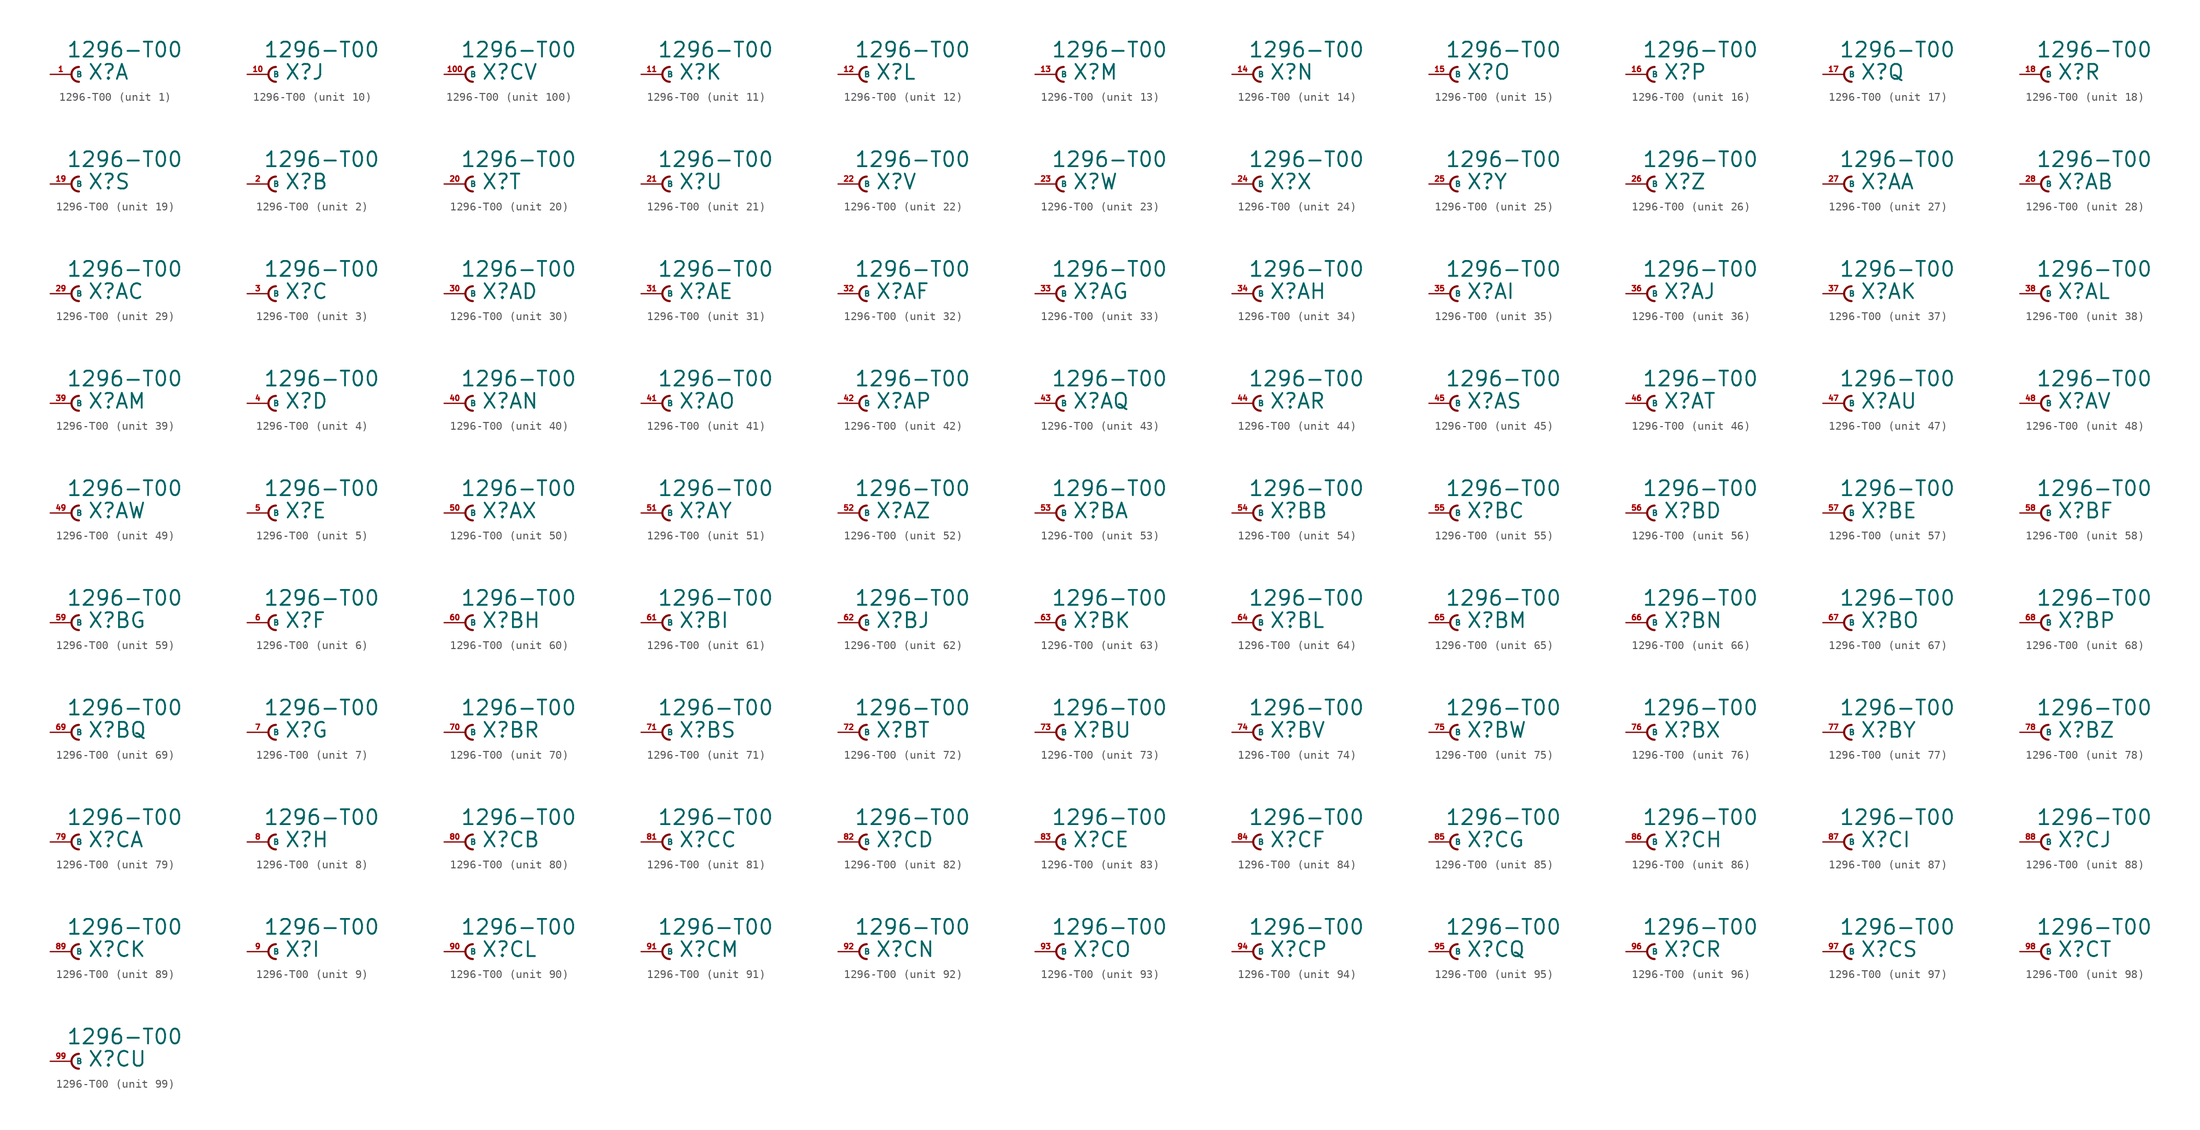
<source format=kicad_sym>
(kicad_symbol_lib
  (version 20220914)
  (generator Eagle2Kicad)
  (symbol "1296-T00"
    (property "Reference" "X"
      (at 1.905 -0.762 0)
      (effects (font (size 1.778 1.778) (thickness 0.22)) (justify left bottom)))
    (property "Value" "1296-T00"
      (at -0.635 1.905 0)
      (effects (font (size 1.778 1.778) (thickness 0.22)) (justify left bottom)))
    (symbol "1296-T00_1_0"
      (arc (start 0.889 0.889) (mid 0.000 0.000) (end 0.889 -0.889) (stroke (width 0.254) (type default)) (fill (type none)))
      (pin passive line (at -2.54 0 0) (length 2.54) (name "B" (effects (font (size 0.635 0.635) (thickness 0.08)) (justify left bottom))) (number "1" (effects (font (size 0.635 0.635) (thickness 0.08)) (justify left bottom)))))
    (symbol "1296-T00_2_0"
      (arc (start 0.889 0.889) (mid 0.000 0.000) (end 0.889 -0.889) (stroke (width 0.254) (type default)) (fill (type none)))
      (pin passive line (at -2.54 0 0) (length 2.54) (name "B" (effects (font (size 0.635 0.635) (thickness 0.08)) (justify left bottom))) (number "2" (effects (font (size 0.635 0.635) (thickness 0.08)) (justify left bottom)))))
    (symbol "1296-T00_3_0"
      (arc (start 0.889 0.889) (mid 0.000 0.000) (end 0.889 -0.889) (stroke (width 0.254) (type default)) (fill (type none)))
      (pin passive line (at -2.54 0 0) (length 2.54) (name "B" (effects (font (size 0.635 0.635) (thickness 0.08)) (justify left bottom))) (number "3" (effects (font (size 0.635 0.635) (thickness 0.08)) (justify left bottom)))))
    (symbol "1296-T00_4_0"
      (arc (start 0.889 0.889) (mid 0.000 0.000) (end 0.889 -0.889) (stroke (width 0.254) (type default)) (fill (type none)))
      (pin passive line (at -2.54 0 0) (length 2.54) (name "B" (effects (font (size 0.635 0.635) (thickness 0.08)) (justify left bottom))) (number "4" (effects (font (size 0.635 0.635) (thickness 0.08)) (justify left bottom)))))
    (symbol "1296-T00_5_0"
      (arc (start 0.889 0.889) (mid 0.000 0.000) (end 0.889 -0.889) (stroke (width 0.254) (type default)) (fill (type none)))
      (pin passive line (at -2.54 0 0) (length 2.54) (name "B" (effects (font (size 0.635 0.635) (thickness 0.08)) (justify left bottom))) (number "5" (effects (font (size 0.635 0.635) (thickness 0.08)) (justify left bottom)))))
    (symbol "1296-T00_6_0"
      (arc (start 0.889 0.889) (mid 0.000 0.000) (end 0.889 -0.889) (stroke (width 0.254) (type default)) (fill (type none)))
      (pin passive line (at -2.54 0 0) (length 2.54) (name "B" (effects (font (size 0.635 0.635) (thickness 0.08)) (justify left bottom))) (number "6" (effects (font (size 0.635 0.635) (thickness 0.08)) (justify left bottom)))))
    (symbol "1296-T00_7_0"
      (arc (start 0.889 0.889) (mid 0.000 0.000) (end 0.889 -0.889) (stroke (width 0.254) (type default)) (fill (type none)))
      (pin passive line (at -2.54 0 0) (length 2.54) (name "B" (effects (font (size 0.635 0.635) (thickness 0.08)) (justify left bottom))) (number "7" (effects (font (size 0.635 0.635) (thickness 0.08)) (justify left bottom)))))
    (symbol "1296-T00_8_0"
      (arc (start 0.889 0.889) (mid 0.000 0.000) (end 0.889 -0.889) (stroke (width 0.254) (type default)) (fill (type none)))
      (pin passive line (at -2.54 0 0) (length 2.54) (name "B" (effects (font (size 0.635 0.635) (thickness 0.08)) (justify left bottom))) (number "8" (effects (font (size 0.635 0.635) (thickness 0.08)) (justify left bottom)))))
    (symbol "1296-T00_9_0"
      (arc (start 0.889 0.889) (mid 0.000 0.000) (end 0.889 -0.889) (stroke (width 0.254) (type default)) (fill (type none)))
      (pin passive line (at -2.54 0 0) (length 2.54) (name "B" (effects (font (size 0.635 0.635) (thickness 0.08)) (justify left bottom))) (number "9" (effects (font (size 0.635 0.635) (thickness 0.08)) (justify left bottom)))))
    (symbol "1296-T00_10_0"
      (arc (start 0.889 0.889) (mid 0.000 0.000) (end 0.889 -0.889) (stroke (width 0.254) (type default)) (fill (type none)))
      (pin passive line (at -2.54 0 0) (length 2.54) (name "B" (effects (font (size 0.635 0.635) (thickness 0.08)) (justify left bottom))) (number "10" (effects (font (size 0.635 0.635) (thickness 0.08)) (justify left bottom)))))
    (symbol "1296-T00_11_0"
      (arc (start 0.889 0.889) (mid 0.000 0.000) (end 0.889 -0.889) (stroke (width 0.254) (type default)) (fill (type none)))
      (pin passive line (at -2.54 0 0) (length 2.54) (name "B" (effects (font (size 0.635 0.635) (thickness 0.08)) (justify left bottom))) (number "11" (effects (font (size 0.635 0.635) (thickness 0.08)) (justify left bottom)))))
    (symbol "1296-T00_12_0"
      (arc (start 0.889 0.889) (mid 0.000 0.000) (end 0.889 -0.889) (stroke (width 0.254) (type default)) (fill (type none)))
      (pin passive line (at -2.54 0 0) (length 2.54) (name "B" (effects (font (size 0.635 0.635) (thickness 0.08)) (justify left bottom))) (number "12" (effects (font (size 0.635 0.635) (thickness 0.08)) (justify left bottom)))))
    (symbol "1296-T00_13_0"
      (arc (start 0.889 0.889) (mid 0.000 0.000) (end 0.889 -0.889) (stroke (width 0.254) (type default)) (fill (type none)))
      (pin passive line (at -2.54 0 0) (length 2.54) (name "B" (effects (font (size 0.635 0.635) (thickness 0.08)) (justify left bottom))) (number "13" (effects (font (size 0.635 0.635) (thickness 0.08)) (justify left bottom)))))
    (symbol "1296-T00_14_0"
      (arc (start 0.889 0.889) (mid 0.000 0.000) (end 0.889 -0.889) (stroke (width 0.254) (type default)) (fill (type none)))
      (pin passive line (at -2.54 0 0) (length 2.54) (name "B" (effects (font (size 0.635 0.635) (thickness 0.08)) (justify left bottom))) (number "14" (effects (font (size 0.635 0.635) (thickness 0.08)) (justify left bottom)))))
    (symbol "1296-T00_15_0"
      (arc (start 0.889 0.889) (mid 0.000 0.000) (end 0.889 -0.889) (stroke (width 0.254) (type default)) (fill (type none)))
      (pin passive line (at -2.54 0 0) (length 2.54) (name "B" (effects (font (size 0.635 0.635) (thickness 0.08)) (justify left bottom))) (number "15" (effects (font (size 0.635 0.635) (thickness 0.08)) (justify left bottom)))))
    (symbol "1296-T00_16_0"
      (arc (start 0.889 0.889) (mid 0.000 0.000) (end 0.889 -0.889) (stroke (width 0.254) (type default)) (fill (type none)))
      (pin passive line (at -2.54 0 0) (length 2.54) (name "B" (effects (font (size 0.635 0.635) (thickness 0.08)) (justify left bottom))) (number "16" (effects (font (size 0.635 0.635) (thickness 0.08)) (justify left bottom)))))
    (symbol "1296-T00_17_0"
      (arc (start 0.889 0.889) (mid 0.000 0.000) (end 0.889 -0.889) (stroke (width 0.254) (type default)) (fill (type none)))
      (pin passive line (at -2.54 0 0) (length 2.54) (name "B" (effects (font (size 0.635 0.635) (thickness 0.08)) (justify left bottom))) (number "17" (effects (font (size 0.635 0.635) (thickness 0.08)) (justify left bottom)))))
    (symbol "1296-T00_18_0"
      (arc (start 0.889 0.889) (mid 0.000 0.000) (end 0.889 -0.889) (stroke (width 0.254) (type default)) (fill (type none)))
      (pin passive line (at -2.54 0 0) (length 2.54) (name "B" (effects (font (size 0.635 0.635) (thickness 0.08)) (justify left bottom))) (number "18" (effects (font (size 0.635 0.635) (thickness 0.08)) (justify left bottom)))))
    (symbol "1296-T00_19_0"
      (arc (start 0.889 0.889) (mid 0.000 0.000) (end 0.889 -0.889) (stroke (width 0.254) (type default)) (fill (type none)))
      (pin passive line (at -2.54 0 0) (length 2.54) (name "B" (effects (font (size 0.635 0.635) (thickness 0.08)) (justify left bottom))) (number "19" (effects (font (size 0.635 0.635) (thickness 0.08)) (justify left bottom)))))
    (symbol "1296-T00_20_0"
      (arc (start 0.889 0.889) (mid 0.000 0.000) (end 0.889 -0.889) (stroke (width 0.254) (type default)) (fill (type none)))
      (pin passive line (at -2.54 0 0) (length 2.54) (name "B" (effects (font (size 0.635 0.635) (thickness 0.08)) (justify left bottom))) (number "20" (effects (font (size 0.635 0.635) (thickness 0.08)) (justify left bottom)))))
    (symbol "1296-T00_21_0"
      (arc (start 0.889 0.889) (mid 0.000 0.000) (end 0.889 -0.889) (stroke (width 0.254) (type default)) (fill (type none)))
      (pin passive line (at -2.54 0 0) (length 2.54) (name "B" (effects (font (size 0.635 0.635) (thickness 0.08)) (justify left bottom))) (number "21" (effects (font (size 0.635 0.635) (thickness 0.08)) (justify left bottom)))))
    (symbol "1296-T00_22_0"
      (arc (start 0.889 0.889) (mid 0.000 0.000) (end 0.889 -0.889) (stroke (width 0.254) (type default)) (fill (type none)))
      (pin passive line (at -2.54 0 0) (length 2.54) (name "B" (effects (font (size 0.635 0.635) (thickness 0.08)) (justify left bottom))) (number "22" (effects (font (size 0.635 0.635) (thickness 0.08)) (justify left bottom)))))
    (symbol "1296-T00_23_0"
      (arc (start 0.889 0.889) (mid 0.000 0.000) (end 0.889 -0.889) (stroke (width 0.254) (type default)) (fill (type none)))
      (pin passive line (at -2.54 0 0) (length 2.54) (name "B" (effects (font (size 0.635 0.635) (thickness 0.08)) (justify left bottom))) (number "23" (effects (font (size 0.635 0.635) (thickness 0.08)) (justify left bottom)))))
    (symbol "1296-T00_24_0"
      (arc (start 0.889 0.889) (mid 0.000 0.000) (end 0.889 -0.889) (stroke (width 0.254) (type default)) (fill (type none)))
      (pin passive line (at -2.54 0 0) (length 2.54) (name "B" (effects (font (size 0.635 0.635) (thickness 0.08)) (justify left bottom))) (number "24" (effects (font (size 0.635 0.635) (thickness 0.08)) (justify left bottom)))))
    (symbol "1296-T00_25_0"
      (arc (start 0.889 0.889) (mid 0.000 0.000) (end 0.889 -0.889) (stroke (width 0.254) (type default)) (fill (type none)))
      (pin passive line (at -2.54 0 0) (length 2.54) (name "B" (effects (font (size 0.635 0.635) (thickness 0.08)) (justify left bottom))) (number "25" (effects (font (size 0.635 0.635) (thickness 0.08)) (justify left bottom)))))
    (symbol "1296-T00_26_0"
      (arc (start 0.889 0.889) (mid 0.000 0.000) (end 0.889 -0.889) (stroke (width 0.254) (type default)) (fill (type none)))
      (pin passive line (at -2.54 0 0) (length 2.54) (name "B" (effects (font (size 0.635 0.635) (thickness 0.08)) (justify left bottom))) (number "26" (effects (font (size 0.635 0.635) (thickness 0.08)) (justify left bottom)))))
    (symbol "1296-T00_27_0"
      (arc (start 0.889 0.889) (mid 0.000 0.000) (end 0.889 -0.889) (stroke (width 0.254) (type default)) (fill (type none)))
      (pin passive line (at -2.54 0 0) (length 2.54) (name "B" (effects (font (size 0.635 0.635) (thickness 0.08)) (justify left bottom))) (number "27" (effects (font (size 0.635 0.635) (thickness 0.08)) (justify left bottom)))))
    (symbol "1296-T00_28_0"
      (arc (start 0.889 0.889) (mid 0.000 0.000) (end 0.889 -0.889) (stroke (width 0.254) (type default)) (fill (type none)))
      (pin passive line (at -2.54 0 0) (length 2.54) (name "B" (effects (font (size 0.635 0.635) (thickness 0.08)) (justify left bottom))) (number "28" (effects (font (size 0.635 0.635) (thickness 0.08)) (justify left bottom)))))
    (symbol "1296-T00_29_0"
      (arc (start 0.889 0.889) (mid 0.000 0.000) (end 0.889 -0.889) (stroke (width 0.254) (type default)) (fill (type none)))
      (pin passive line (at -2.54 0 0) (length 2.54) (name "B" (effects (font (size 0.635 0.635) (thickness 0.08)) (justify left bottom))) (number "29" (effects (font (size 0.635 0.635) (thickness 0.08)) (justify left bottom)))))
    (symbol "1296-T00_30_0"
      (arc (start 0.889 0.889) (mid 0.000 0.000) (end 0.889 -0.889) (stroke (width 0.254) (type default)) (fill (type none)))
      (pin passive line (at -2.54 0 0) (length 2.54) (name "B" (effects (font (size 0.635 0.635) (thickness 0.08)) (justify left bottom))) (number "30" (effects (font (size 0.635 0.635) (thickness 0.08)) (justify left bottom)))))
    (symbol "1296-T00_31_0"
      (arc (start 0.889 0.889) (mid 0.000 0.000) (end 0.889 -0.889) (stroke (width 0.254) (type default)) (fill (type none)))
      (pin passive line (at -2.54 0 0) (length 2.54) (name "B" (effects (font (size 0.635 0.635) (thickness 0.08)) (justify left bottom))) (number "31" (effects (font (size 0.635 0.635) (thickness 0.08)) (justify left bottom)))))
    (symbol "1296-T00_32_0"
      (arc (start 0.889 0.889) (mid 0.000 0.000) (end 0.889 -0.889) (stroke (width 0.254) (type default)) (fill (type none)))
      (pin passive line (at -2.54 0 0) (length 2.54) (name "B" (effects (font (size 0.635 0.635) (thickness 0.08)) (justify left bottom))) (number "32" (effects (font (size 0.635 0.635) (thickness 0.08)) (justify left bottom)))))
    (symbol "1296-T00_33_0"
      (arc (start 0.889 0.889) (mid 0.000 0.000) (end 0.889 -0.889) (stroke (width 0.254) (type default)) (fill (type none)))
      (pin passive line (at -2.54 0 0) (length 2.54) (name "B" (effects (font (size 0.635 0.635) (thickness 0.08)) (justify left bottom))) (number "33" (effects (font (size 0.635 0.635) (thickness 0.08)) (justify left bottom)))))
    (symbol "1296-T00_34_0"
      (arc (start 0.889 0.889) (mid 0.000 0.000) (end 0.889 -0.889) (stroke (width 0.254) (type default)) (fill (type none)))
      (pin passive line (at -2.54 0 0) (length 2.54) (name "B" (effects (font (size 0.635 0.635) (thickness 0.08)) (justify left bottom))) (number "34" (effects (font (size 0.635 0.635) (thickness 0.08)) (justify left bottom)))))
    (symbol "1296-T00_35_0"
      (arc (start 0.889 0.889) (mid 0.000 0.000) (end 0.889 -0.889) (stroke (width 0.254) (type default)) (fill (type none)))
      (pin passive line (at -2.54 0 0) (length 2.54) (name "B" (effects (font (size 0.635 0.635) (thickness 0.08)) (justify left bottom))) (number "35" (effects (font (size 0.635 0.635) (thickness 0.08)) (justify left bottom)))))
    (symbol "1296-T00_36_0"
      (arc (start 0.889 0.889) (mid 0.000 0.000) (end 0.889 -0.889) (stroke (width 0.254) (type default)) (fill (type none)))
      (pin passive line (at -2.54 0 0) (length 2.54) (name "B" (effects (font (size 0.635 0.635) (thickness 0.08)) (justify left bottom))) (number "36" (effects (font (size 0.635 0.635) (thickness 0.08)) (justify left bottom)))))
    (symbol "1296-T00_37_0"
      (arc (start 0.889 0.889) (mid 0.000 0.000) (end 0.889 -0.889) (stroke (width 0.254) (type default)) (fill (type none)))
      (pin passive line (at -2.54 0 0) (length 2.54) (name "B" (effects (font (size 0.635 0.635) (thickness 0.08)) (justify left bottom))) (number "37" (effects (font (size 0.635 0.635) (thickness 0.08)) (justify left bottom)))))
    (symbol "1296-T00_38_0"
      (arc (start 0.889 0.889) (mid 0.000 0.000) (end 0.889 -0.889) (stroke (width 0.254) (type default)) (fill (type none)))
      (pin passive line (at -2.54 0 0) (length 2.54) (name "B" (effects (font (size 0.635 0.635) (thickness 0.08)) (justify left bottom))) (number "38" (effects (font (size 0.635 0.635) (thickness 0.08)) (justify left bottom)))))
    (symbol "1296-T00_39_0"
      (arc (start 0.889 0.889) (mid 0.000 0.000) (end 0.889 -0.889) (stroke (width 0.254) (type default)) (fill (type none)))
      (pin passive line (at -2.54 0 0) (length 2.54) (name "B" (effects (font (size 0.635 0.635) (thickness 0.08)) (justify left bottom))) (number "39" (effects (font (size 0.635 0.635) (thickness 0.08)) (justify left bottom)))))
    (symbol "1296-T00_40_0"
      (arc (start 0.889 0.889) (mid 0.000 0.000) (end 0.889 -0.889) (stroke (width 0.254) (type default)) (fill (type none)))
      (pin passive line (at -2.54 0 0) (length 2.54) (name "B" (effects (font (size 0.635 0.635) (thickness 0.08)) (justify left bottom))) (number "40" (effects (font (size 0.635 0.635) (thickness 0.08)) (justify left bottom)))))
    (symbol "1296-T00_41_0"
      (arc (start 0.889 0.889) (mid 0.000 0.000) (end 0.889 -0.889) (stroke (width 0.254) (type default)) (fill (type none)))
      (pin passive line (at -2.54 0 0) (length 2.54) (name "B" (effects (font (size 0.635 0.635) (thickness 0.08)) (justify left bottom))) (number "41" (effects (font (size 0.635 0.635) (thickness 0.08)) (justify left bottom)))))
    (symbol "1296-T00_42_0"
      (arc (start 0.889 0.889) (mid 0.000 0.000) (end 0.889 -0.889) (stroke (width 0.254) (type default)) (fill (type none)))
      (pin passive line (at -2.54 0 0) (length 2.54) (name "B" (effects (font (size 0.635 0.635) (thickness 0.08)) (justify left bottom))) (number "42" (effects (font (size 0.635 0.635) (thickness 0.08)) (justify left bottom)))))
    (symbol "1296-T00_43_0"
      (arc (start 0.889 0.889) (mid 0.000 0.000) (end 0.889 -0.889) (stroke (width 0.254) (type default)) (fill (type none)))
      (pin passive line (at -2.54 0 0) (length 2.54) (name "B" (effects (font (size 0.635 0.635) (thickness 0.08)) (justify left bottom))) (number "43" (effects (font (size 0.635 0.635) (thickness 0.08)) (justify left bottom)))))
    (symbol "1296-T00_44_0"
      (arc (start 0.889 0.889) (mid 0.000 0.000) (end 0.889 -0.889) (stroke (width 0.254) (type default)) (fill (type none)))
      (pin passive line (at -2.54 0 0) (length 2.54) (name "B" (effects (font (size 0.635 0.635) (thickness 0.08)) (justify left bottom))) (number "44" (effects (font (size 0.635 0.635) (thickness 0.08)) (justify left bottom)))))
    (symbol "1296-T00_45_0"
      (arc (start 0.889 0.889) (mid 0.000 0.000) (end 0.889 -0.889) (stroke (width 0.254) (type default)) (fill (type none)))
      (pin passive line (at -2.54 0 0) (length 2.54) (name "B" (effects (font (size 0.635 0.635) (thickness 0.08)) (justify left bottom))) (number "45" (effects (font (size 0.635 0.635) (thickness 0.08)) (justify left bottom)))))
    (symbol "1296-T00_46_0"
      (arc (start 0.889 0.889) (mid 0.000 0.000) (end 0.889 -0.889) (stroke (width 0.254) (type default)) (fill (type none)))
      (pin passive line (at -2.54 0 0) (length 2.54) (name "B" (effects (font (size 0.635 0.635) (thickness 0.08)) (justify left bottom))) (number "46" (effects (font (size 0.635 0.635) (thickness 0.08)) (justify left bottom)))))
    (symbol "1296-T00_47_0"
      (arc (start 0.889 0.889) (mid 0.000 0.000) (end 0.889 -0.889) (stroke (width 0.254) (type default)) (fill (type none)))
      (pin passive line (at -2.54 0 0) (length 2.54) (name "B" (effects (font (size 0.635 0.635) (thickness 0.08)) (justify left bottom))) (number "47" (effects (font (size 0.635 0.635) (thickness 0.08)) (justify left bottom)))))
    (symbol "1296-T00_48_0"
      (arc (start 0.889 0.889) (mid 0.000 0.000) (end 0.889 -0.889) (stroke (width 0.254) (type default)) (fill (type none)))
      (pin passive line (at -2.54 0 0) (length 2.54) (name "B" (effects (font (size 0.635 0.635) (thickness 0.08)) (justify left bottom))) (number "48" (effects (font (size 0.635 0.635) (thickness 0.08)) (justify left bottom)))))
    (symbol "1296-T00_49_0"
      (arc (start 0.889 0.889) (mid 0.000 0.000) (end 0.889 -0.889) (stroke (width 0.254) (type default)) (fill (type none)))
      (pin passive line (at -2.54 0 0) (length 2.54) (name "B" (effects (font (size 0.635 0.635) (thickness 0.08)) (justify left bottom))) (number "49" (effects (font (size 0.635 0.635) (thickness 0.08)) (justify left bottom)))))
    (symbol "1296-T00_50_0"
      (arc (start 0.889 0.889) (mid 0.000 0.000) (end 0.889 -0.889) (stroke (width 0.254) (type default)) (fill (type none)))
      (pin passive line (at -2.54 0 0) (length 2.54) (name "B" (effects (font (size 0.635 0.635) (thickness 0.08)) (justify left bottom))) (number "50" (effects (font (size 0.635 0.635) (thickness 0.08)) (justify left bottom)))))
    (symbol "1296-T00_51_0"
      (arc (start 0.889 0.889) (mid 0.000 0.000) (end 0.889 -0.889) (stroke (width 0.254) (type default)) (fill (type none)))
      (pin passive line (at -2.54 0 0) (length 2.54) (name "B" (effects (font (size 0.635 0.635) (thickness 0.08)) (justify left bottom))) (number "51" (effects (font (size 0.635 0.635) (thickness 0.08)) (justify left bottom)))))
    (symbol "1296-T00_52_0"
      (arc (start 0.889 0.889) (mid 0.000 0.000) (end 0.889 -0.889) (stroke (width 0.254) (type default)) (fill (type none)))
      (pin passive line (at -2.54 0 0) (length 2.54) (name "B" (effects (font (size 0.635 0.635) (thickness 0.08)) (justify left bottom))) (number "52" (effects (font (size 0.635 0.635) (thickness 0.08)) (justify left bottom)))))
    (symbol "1296-T00_53_0"
      (arc (start 0.889 0.889) (mid 0.000 0.000) (end 0.889 -0.889) (stroke (width 0.254) (type default)) (fill (type none)))
      (pin passive line (at -2.54 0 0) (length 2.54) (name "B" (effects (font (size 0.635 0.635) (thickness 0.08)) (justify left bottom))) (number "53" (effects (font (size 0.635 0.635) (thickness 0.08)) (justify left bottom)))))
    (symbol "1296-T00_54_0"
      (arc (start 0.889 0.889) (mid 0.000 0.000) (end 0.889 -0.889) (stroke (width 0.254) (type default)) (fill (type none)))
      (pin passive line (at -2.54 0 0) (length 2.54) (name "B" (effects (font (size 0.635 0.635) (thickness 0.08)) (justify left bottom))) (number "54" (effects (font (size 0.635 0.635) (thickness 0.08)) (justify left bottom)))))
    (symbol "1296-T00_55_0"
      (arc (start 0.889 0.889) (mid 0.000 0.000) (end 0.889 -0.889) (stroke (width 0.254) (type default)) (fill (type none)))
      (pin passive line (at -2.54 0 0) (length 2.54) (name "B" (effects (font (size 0.635 0.635) (thickness 0.08)) (justify left bottom))) (number "55" (effects (font (size 0.635 0.635) (thickness 0.08)) (justify left bottom)))))
    (symbol "1296-T00_56_0"
      (arc (start 0.889 0.889) (mid 0.000 0.000) (end 0.889 -0.889) (stroke (width 0.254) (type default)) (fill (type none)))
      (pin passive line (at -2.54 0 0) (length 2.54) (name "B" (effects (font (size 0.635 0.635) (thickness 0.08)) (justify left bottom))) (number "56" (effects (font (size 0.635 0.635) (thickness 0.08)) (justify left bottom)))))
    (symbol "1296-T00_57_0"
      (arc (start 0.889 0.889) (mid 0.000 0.000) (end 0.889 -0.889) (stroke (width 0.254) (type default)) (fill (type none)))
      (pin passive line (at -2.54 0 0) (length 2.54) (name "B" (effects (font (size 0.635 0.635) (thickness 0.08)) (justify left bottom))) (number "57" (effects (font (size 0.635 0.635) (thickness 0.08)) (justify left bottom)))))
    (symbol "1296-T00_58_0"
      (arc (start 0.889 0.889) (mid 0.000 0.000) (end 0.889 -0.889) (stroke (width 0.254) (type default)) (fill (type none)))
      (pin passive line (at -2.54 0 0) (length 2.54) (name "B" (effects (font (size 0.635 0.635) (thickness 0.08)) (justify left bottom))) (number "58" (effects (font (size 0.635 0.635) (thickness 0.08)) (justify left bottom)))))
    (symbol "1296-T00_59_0"
      (arc (start 0.889 0.889) (mid 0.000 0.000) (end 0.889 -0.889) (stroke (width 0.254) (type default)) (fill (type none)))
      (pin passive line (at -2.54 0 0) (length 2.54) (name "B" (effects (font (size 0.635 0.635) (thickness 0.08)) (justify left bottom))) (number "59" (effects (font (size 0.635 0.635) (thickness 0.08)) (justify left bottom)))))
    (symbol "1296-T00_60_0"
      (arc (start 0.889 0.889) (mid 0.000 0.000) (end 0.889 -0.889) (stroke (width 0.254) (type default)) (fill (type none)))
      (pin passive line (at -2.54 0 0) (length 2.54) (name "B" (effects (font (size 0.635 0.635) (thickness 0.08)) (justify left bottom))) (number "60" (effects (font (size 0.635 0.635) (thickness 0.08)) (justify left bottom)))))
    (symbol "1296-T00_61_0"
      (arc (start 0.889 0.889) (mid 0.000 0.000) (end 0.889 -0.889) (stroke (width 0.254) (type default)) (fill (type none)))
      (pin passive line (at -2.54 0 0) (length 2.54) (name "B" (effects (font (size 0.635 0.635) (thickness 0.08)) (justify left bottom))) (number "61" (effects (font (size 0.635 0.635) (thickness 0.08)) (justify left bottom)))))
    (symbol "1296-T00_62_0"
      (arc (start 0.889 0.889) (mid 0.000 0.000) (end 0.889 -0.889) (stroke (width 0.254) (type default)) (fill (type none)))
      (pin passive line (at -2.54 0 0) (length 2.54) (name "B" (effects (font (size 0.635 0.635) (thickness 0.08)) (justify left bottom))) (number "62" (effects (font (size 0.635 0.635) (thickness 0.08)) (justify left bottom)))))
    (symbol "1296-T00_63_0"
      (arc (start 0.889 0.889) (mid 0.000 0.000) (end 0.889 -0.889) (stroke (width 0.254) (type default)) (fill (type none)))
      (pin passive line (at -2.54 0 0) (length 2.54) (name "B" (effects (font (size 0.635 0.635) (thickness 0.08)) (justify left bottom))) (number "63" (effects (font (size 0.635 0.635) (thickness 0.08)) (justify left bottom)))))
    (symbol "1296-T00_64_0"
      (arc (start 0.889 0.889) (mid 0.000 0.000) (end 0.889 -0.889) (stroke (width 0.254) (type default)) (fill (type none)))
      (pin passive line (at -2.54 0 0) (length 2.54) (name "B" (effects (font (size 0.635 0.635) (thickness 0.08)) (justify left bottom))) (number "64" (effects (font (size 0.635 0.635) (thickness 0.08)) (justify left bottom)))))
    (symbol "1296-T00_65_0"
      (arc (start 0.889 0.889) (mid 0.000 0.000) (end 0.889 -0.889) (stroke (width 0.254) (type default)) (fill (type none)))
      (pin passive line (at -2.54 0 0) (length 2.54) (name "B" (effects (font (size 0.635 0.635) (thickness 0.08)) (justify left bottom))) (number "65" (effects (font (size 0.635 0.635) (thickness 0.08)) (justify left bottom)))))
    (symbol "1296-T00_66_0"
      (arc (start 0.889 0.889) (mid 0.000 0.000) (end 0.889 -0.889) (stroke (width 0.254) (type default)) (fill (type none)))
      (pin passive line (at -2.54 0 0) (length 2.54) (name "B" (effects (font (size 0.635 0.635) (thickness 0.08)) (justify left bottom))) (number "66" (effects (font (size 0.635 0.635) (thickness 0.08)) (justify left bottom)))))
    (symbol "1296-T00_67_0"
      (arc (start 0.889 0.889) (mid 0.000 0.000) (end 0.889 -0.889) (stroke (width 0.254) (type default)) (fill (type none)))
      (pin passive line (at -2.54 0 0) (length 2.54) (name "B" (effects (font (size 0.635 0.635) (thickness 0.08)) (justify left bottom))) (number "67" (effects (font (size 0.635 0.635) (thickness 0.08)) (justify left bottom)))))
    (symbol "1296-T00_68_0"
      (arc (start 0.889 0.889) (mid 0.000 0.000) (end 0.889 -0.889) (stroke (width 0.254) (type default)) (fill (type none)))
      (pin passive line (at -2.54 0 0) (length 2.54) (name "B" (effects (font (size 0.635 0.635) (thickness 0.08)) (justify left bottom))) (number "68" (effects (font (size 0.635 0.635) (thickness 0.08)) (justify left bottom)))))
    (symbol "1296-T00_69_0"
      (arc (start 0.889 0.889) (mid 0.000 0.000) (end 0.889 -0.889) (stroke (width 0.254) (type default)) (fill (type none)))
      (pin passive line (at -2.54 0 0) (length 2.54) (name "B" (effects (font (size 0.635 0.635) (thickness 0.08)) (justify left bottom))) (number "69" (effects (font (size 0.635 0.635) (thickness 0.08)) (justify left bottom)))))
    (symbol "1296-T00_70_0"
      (arc (start 0.889 0.889) (mid 0.000 0.000) (end 0.889 -0.889) (stroke (width 0.254) (type default)) (fill (type none)))
      (pin passive line (at -2.54 0 0) (length 2.54) (name "B" (effects (font (size 0.635 0.635) (thickness 0.08)) (justify left bottom))) (number "70" (effects (font (size 0.635 0.635) (thickness 0.08)) (justify left bottom)))))
    (symbol "1296-T00_71_0"
      (arc (start 0.889 0.889) (mid 0.000 0.000) (end 0.889 -0.889) (stroke (width 0.254) (type default)) (fill (type none)))
      (pin passive line (at -2.54 0 0) (length 2.54) (name "B" (effects (font (size 0.635 0.635) (thickness 0.08)) (justify left bottom))) (number "71" (effects (font (size 0.635 0.635) (thickness 0.08)) (justify left bottom)))))
    (symbol "1296-T00_72_0"
      (arc (start 0.889 0.889) (mid 0.000 0.000) (end 0.889 -0.889) (stroke (width 0.254) (type default)) (fill (type none)))
      (pin passive line (at -2.54 0 0) (length 2.54) (name "B" (effects (font (size 0.635 0.635) (thickness 0.08)) (justify left bottom))) (number "72" (effects (font (size 0.635 0.635) (thickness 0.08)) (justify left bottom)))))
    (symbol "1296-T00_73_0"
      (arc (start 0.889 0.889) (mid 0.000 0.000) (end 0.889 -0.889) (stroke (width 0.254) (type default)) (fill (type none)))
      (pin passive line (at -2.54 0 0) (length 2.54) (name "B" (effects (font (size 0.635 0.635) (thickness 0.08)) (justify left bottom))) (number "73" (effects (font (size 0.635 0.635) (thickness 0.08)) (justify left bottom)))))
    (symbol "1296-T00_74_0"
      (arc (start 0.889 0.889) (mid 0.000 0.000) (end 0.889 -0.889) (stroke (width 0.254) (type default)) (fill (type none)))
      (pin passive line (at -2.54 0 0) (length 2.54) (name "B" (effects (font (size 0.635 0.635) (thickness 0.08)) (justify left bottom))) (number "74" (effects (font (size 0.635 0.635) (thickness 0.08)) (justify left bottom)))))
    (symbol "1296-T00_75_0"
      (arc (start 0.889 0.889) (mid 0.000 0.000) (end 0.889 -0.889) (stroke (width 0.254) (type default)) (fill (type none)))
      (pin passive line (at -2.54 0 0) (length 2.54) (name "B" (effects (font (size 0.635 0.635) (thickness 0.08)) (justify left bottom))) (number "75" (effects (font (size 0.635 0.635) (thickness 0.08)) (justify left bottom)))))
    (symbol "1296-T00_76_0"
      (arc (start 0.889 0.889) (mid 0.000 0.000) (end 0.889 -0.889) (stroke (width 0.254) (type default)) (fill (type none)))
      (pin passive line (at -2.54 0 0) (length 2.54) (name "B" (effects (font (size 0.635 0.635) (thickness 0.08)) (justify left bottom))) (number "76" (effects (font (size 0.635 0.635) (thickness 0.08)) (justify left bottom)))))
    (symbol "1296-T00_77_0"
      (arc (start 0.889 0.889) (mid 0.000 0.000) (end 0.889 -0.889) (stroke (width 0.254) (type default)) (fill (type none)))
      (pin passive line (at -2.54 0 0) (length 2.54) (name "B" (effects (font (size 0.635 0.635) (thickness 0.08)) (justify left bottom))) (number "77" (effects (font (size 0.635 0.635) (thickness 0.08)) (justify left bottom)))))
    (symbol "1296-T00_78_0"
      (arc (start 0.889 0.889) (mid 0.000 0.000) (end 0.889 -0.889) (stroke (width 0.254) (type default)) (fill (type none)))
      (pin passive line (at -2.54 0 0) (length 2.54) (name "B" (effects (font (size 0.635 0.635) (thickness 0.08)) (justify left bottom))) (number "78" (effects (font (size 0.635 0.635) (thickness 0.08)) (justify left bottom)))))
    (symbol "1296-T00_79_0"
      (arc (start 0.889 0.889) (mid 0.000 0.000) (end 0.889 -0.889) (stroke (width 0.254) (type default)) (fill (type none)))
      (pin passive line (at -2.54 0 0) (length 2.54) (name "B" (effects (font (size 0.635 0.635) (thickness 0.08)) (justify left bottom))) (number "79" (effects (font (size 0.635 0.635) (thickness 0.08)) (justify left bottom)))))
    (symbol "1296-T00_80_0"
      (arc (start 0.889 0.889) (mid 0.000 0.000) (end 0.889 -0.889) (stroke (width 0.254) (type default)) (fill (type none)))
      (pin passive line (at -2.54 0 0) (length 2.54) (name "B" (effects (font (size 0.635 0.635) (thickness 0.08)) (justify left bottom))) (number "80" (effects (font (size 0.635 0.635) (thickness 0.08)) (justify left bottom)))))
    (symbol "1296-T00_81_0"
      (arc (start 0.889 0.889) (mid 0.000 0.000) (end 0.889 -0.889) (stroke (width 0.254) (type default)) (fill (type none)))
      (pin passive line (at -2.54 0 0) (length 2.54) (name "B" (effects (font (size 0.635 0.635) (thickness 0.08)) (justify left bottom))) (number "81" (effects (font (size 0.635 0.635) (thickness 0.08)) (justify left bottom)))))
    (symbol "1296-T00_82_0"
      (arc (start 0.889 0.889) (mid 0.000 0.000) (end 0.889 -0.889) (stroke (width 0.254) (type default)) (fill (type none)))
      (pin passive line (at -2.54 0 0) (length 2.54) (name "B" (effects (font (size 0.635 0.635) (thickness 0.08)) (justify left bottom))) (number "82" (effects (font (size 0.635 0.635) (thickness 0.08)) (justify left bottom)))))
    (symbol "1296-T00_83_0"
      (arc (start 0.889 0.889) (mid 0.000 0.000) (end 0.889 -0.889) (stroke (width 0.254) (type default)) (fill (type none)))
      (pin passive line (at -2.54 0 0) (length 2.54) (name "B" (effects (font (size 0.635 0.635) (thickness 0.08)) (justify left bottom))) (number "83" (effects (font (size 0.635 0.635) (thickness 0.08)) (justify left bottom)))))
    (symbol "1296-T00_84_0"
      (arc (start 0.889 0.889) (mid 0.000 0.000) (end 0.889 -0.889) (stroke (width 0.254) (type default)) (fill (type none)))
      (pin passive line (at -2.54 0 0) (length 2.54) (name "B" (effects (font (size 0.635 0.635) (thickness 0.08)) (justify left bottom))) (number "84" (effects (font (size 0.635 0.635) (thickness 0.08)) (justify left bottom)))))
    (symbol "1296-T00_85_0"
      (arc (start 0.889 0.889) (mid 0.000 0.000) (end 0.889 -0.889) (stroke (width 0.254) (type default)) (fill (type none)))
      (pin passive line (at -2.54 0 0) (length 2.54) (name "B" (effects (font (size 0.635 0.635) (thickness 0.08)) (justify left bottom))) (number "85" (effects (font (size 0.635 0.635) (thickness 0.08)) (justify left bottom)))))
    (symbol "1296-T00_86_0"
      (arc (start 0.889 0.889) (mid 0.000 0.000) (end 0.889 -0.889) (stroke (width 0.254) (type default)) (fill (type none)))
      (pin passive line (at -2.54 0 0) (length 2.54) (name "B" (effects (font (size 0.635 0.635) (thickness 0.08)) (justify left bottom))) (number "86" (effects (font (size 0.635 0.635) (thickness 0.08)) (justify left bottom)))))
    (symbol "1296-T00_87_0"
      (arc (start 0.889 0.889) (mid 0.000 0.000) (end 0.889 -0.889) (stroke (width 0.254) (type default)) (fill (type none)))
      (pin passive line (at -2.54 0 0) (length 2.54) (name "B" (effects (font (size 0.635 0.635) (thickness 0.08)) (justify left bottom))) (number "87" (effects (font (size 0.635 0.635) (thickness 0.08)) (justify left bottom)))))
    (symbol "1296-T00_88_0"
      (arc (start 0.889 0.889) (mid 0.000 0.000) (end 0.889 -0.889) (stroke (width 0.254) (type default)) (fill (type none)))
      (pin passive line (at -2.54 0 0) (length 2.54) (name "B" (effects (font (size 0.635 0.635) (thickness 0.08)) (justify left bottom))) (number "88" (effects (font (size 0.635 0.635) (thickness 0.08)) (justify left bottom)))))
    (symbol "1296-T00_89_0"
      (arc (start 0.889 0.889) (mid 0.000 0.000) (end 0.889 -0.889) (stroke (width 0.254) (type default)) (fill (type none)))
      (pin passive line (at -2.54 0 0) (length 2.54) (name "B" (effects (font (size 0.635 0.635) (thickness 0.08)) (justify left bottom))) (number "89" (effects (font (size 0.635 0.635) (thickness 0.08)) (justify left bottom)))))
    (symbol "1296-T00_90_0"
      (arc (start 0.889 0.889) (mid 0.000 0.000) (end 0.889 -0.889) (stroke (width 0.254) (type default)) (fill (type none)))
      (pin passive line (at -2.54 0 0) (length 2.54) (name "B" (effects (font (size 0.635 0.635) (thickness 0.08)) (justify left bottom))) (number "90" (effects (font (size 0.635 0.635) (thickness 0.08)) (justify left bottom)))))
    (symbol "1296-T00_91_0"
      (arc (start 0.889 0.889) (mid 0.000 0.000) (end 0.889 -0.889) (stroke (width 0.254) (type default)) (fill (type none)))
      (pin passive line (at -2.54 0 0) (length 2.54) (name "B" (effects (font (size 0.635 0.635) (thickness 0.08)) (justify left bottom))) (number "91" (effects (font (size 0.635 0.635) (thickness 0.08)) (justify left bottom)))))
    (symbol "1296-T00_92_0"
      (arc (start 0.889 0.889) (mid 0.000 0.000) (end 0.889 -0.889) (stroke (width 0.254) (type default)) (fill (type none)))
      (pin passive line (at -2.54 0 0) (length 2.54) (name "B" (effects (font (size 0.635 0.635) (thickness 0.08)) (justify left bottom))) (number "92" (effects (font (size 0.635 0.635) (thickness 0.08)) (justify left bottom)))))
    (symbol "1296-T00_93_0"
      (arc (start 0.889 0.889) (mid 0.000 0.000) (end 0.889 -0.889) (stroke (width 0.254) (type default)) (fill (type none)))
      (pin passive line (at -2.54 0 0) (length 2.54) (name "B" (effects (font (size 0.635 0.635) (thickness 0.08)) (justify left bottom))) (number "93" (effects (font (size 0.635 0.635) (thickness 0.08)) (justify left bottom)))))
    (symbol "1296-T00_94_0"
      (arc (start 0.889 0.889) (mid 0.000 0.000) (end 0.889 -0.889) (stroke (width 0.254) (type default)) (fill (type none)))
      (pin passive line (at -2.54 0 0) (length 2.54) (name "B" (effects (font (size 0.635 0.635) (thickness 0.08)) (justify left bottom))) (number "94" (effects (font (size 0.635 0.635) (thickness 0.08)) (justify left bottom)))))
    (symbol "1296-T00_95_0"
      (arc (start 0.889 0.889) (mid 0.000 0.000) (end 0.889 -0.889) (stroke (width 0.254) (type default)) (fill (type none)))
      (pin passive line (at -2.54 0 0) (length 2.54) (name "B" (effects (font (size 0.635 0.635) (thickness 0.08)) (justify left bottom))) (number "95" (effects (font (size 0.635 0.635) (thickness 0.08)) (justify left bottom)))))
    (symbol "1296-T00_96_0"
      (arc (start 0.889 0.889) (mid 0.000 0.000) (end 0.889 -0.889) (stroke (width 0.254) (type default)) (fill (type none)))
      (pin passive line (at -2.54 0 0) (length 2.54) (name "B" (effects (font (size 0.635 0.635) (thickness 0.08)) (justify left bottom))) (number "96" (effects (font (size 0.635 0.635) (thickness 0.08)) (justify left bottom)))))
    (symbol "1296-T00_97_0"
      (arc (start 0.889 0.889) (mid 0.000 0.000) (end 0.889 -0.889) (stroke (width 0.254) (type default)) (fill (type none)))
      (pin passive line (at -2.54 0 0) (length 2.54) (name "B" (effects (font (size 0.635 0.635) (thickness 0.08)) (justify left bottom))) (number "97" (effects (font (size 0.635 0.635) (thickness 0.08)) (justify left bottom)))))
    (symbol "1296-T00_98_0"
      (arc (start 0.889 0.889) (mid 0.000 0.000) (end 0.889 -0.889) (stroke (width 0.254) (type default)) (fill (type none)))
      (pin passive line (at -2.54 0 0) (length 2.54) (name "B" (effects (font (size 0.635 0.635) (thickness 0.08)) (justify left bottom))) (number "98" (effects (font (size 0.635 0.635) (thickness 0.08)) (justify left bottom)))))
    (symbol "1296-T00_99_0"
      (arc (start 0.889 0.889) (mid 0.000 0.000) (end 0.889 -0.889) (stroke (width 0.254) (type default)) (fill (type none)))
      (pin passive line (at -2.54 0 0) (length 2.54) (name "B" (effects (font (size 0.635 0.635) (thickness 0.08)) (justify left bottom))) (number "99" (effects (font (size 0.635 0.635) (thickness 0.08)) (justify left bottom)))))
    (symbol "1296-T00_100_0"
      (arc (start 0.889 0.889) (mid 0.000 0.000) (end 0.889 -0.889) (stroke (width 0.254) (type default)) (fill (type none)))
      (pin passive line (at -2.54 0 0) (length 2.54) (name "B" (effects (font (size 0.635 0.635) (thickness 0.08)) (justify left bottom))) (number "100" (effects (font (size 0.635 0.635) (thickness 0.08)) (justify left bottom)))))))
</source>
